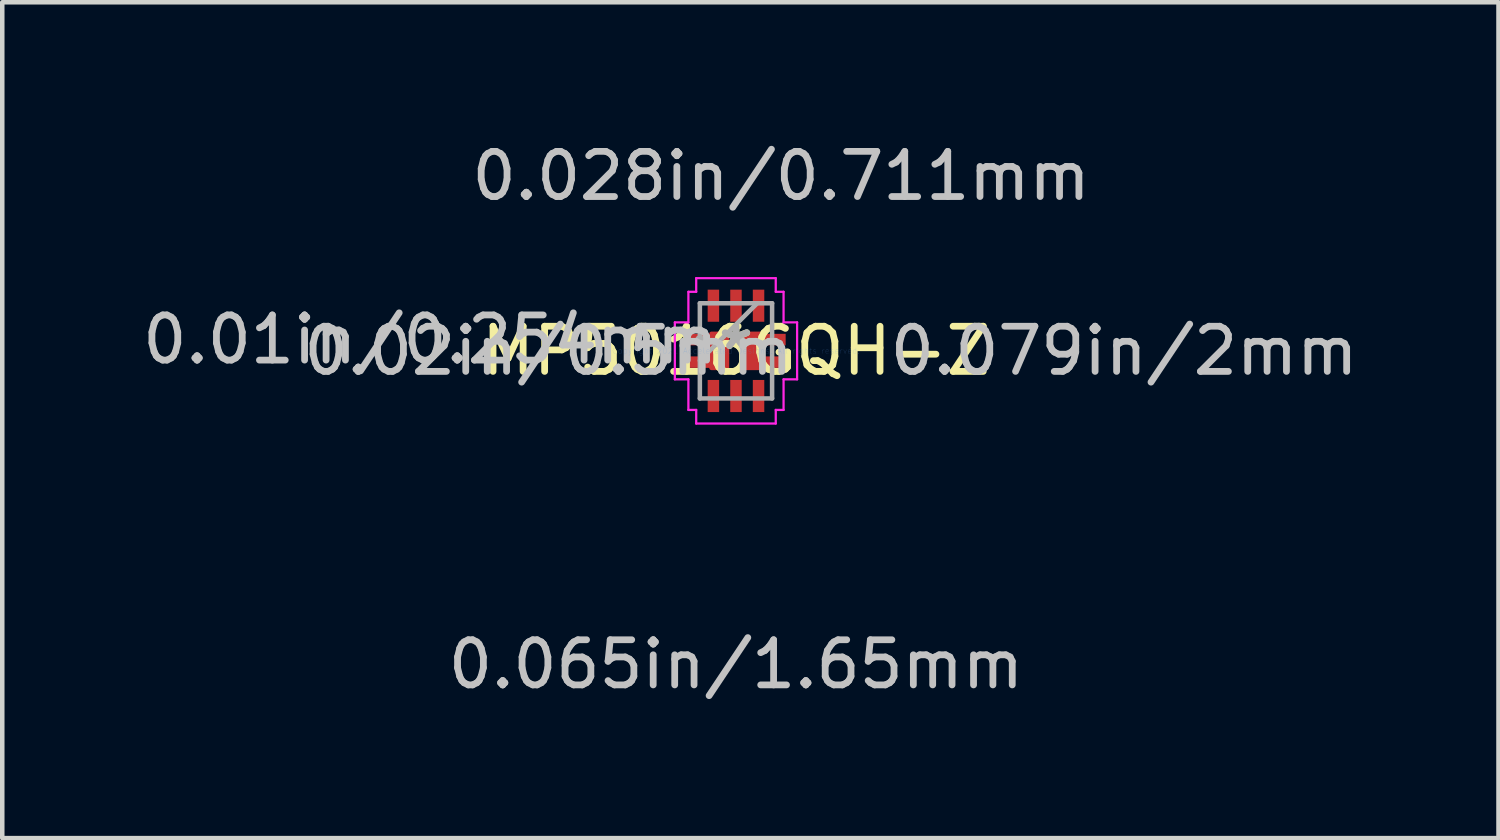
<source format=kicad_pcb>
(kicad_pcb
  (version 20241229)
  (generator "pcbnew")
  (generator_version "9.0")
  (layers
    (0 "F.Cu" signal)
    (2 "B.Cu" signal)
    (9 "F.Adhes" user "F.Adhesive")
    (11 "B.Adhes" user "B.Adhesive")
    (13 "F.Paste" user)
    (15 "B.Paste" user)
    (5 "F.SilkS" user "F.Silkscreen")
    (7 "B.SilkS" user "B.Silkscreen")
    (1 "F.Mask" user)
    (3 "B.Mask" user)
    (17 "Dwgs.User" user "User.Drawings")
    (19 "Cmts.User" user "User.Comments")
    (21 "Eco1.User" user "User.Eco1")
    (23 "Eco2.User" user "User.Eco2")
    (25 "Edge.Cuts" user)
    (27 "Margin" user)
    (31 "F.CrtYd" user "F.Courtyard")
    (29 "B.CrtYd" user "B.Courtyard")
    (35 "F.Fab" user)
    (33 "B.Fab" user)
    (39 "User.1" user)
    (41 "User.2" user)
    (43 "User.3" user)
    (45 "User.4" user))
  (footprint "MP5016GQH-Z"
    (layer "F.Cu")
    (at 13.251 4.721)
    (property "Reference" "MP5016GQH-Z" (at 0 0 0) (layer "F.SilkS") (effects (font (size 1 1) (thickness 0.15))))
    (attr through_hole)
    (fp_poly (pts (xy -0.542 -0.377) (xy -0.2 -0.377) (xy -0.2 0.377) (xy -0.542 0.377)) (stroke (width 0.1) (type solid)) (fill yes) (layer "F.Cu"))
    (fp_poly (pts (xy 0.542 0.377) (xy 0.2 0.377) (xy 0.2 -0.377) (xy 0.542 -0.377)) (stroke (width 0.1) (type solid)) (fill yes) (layer "F.Cu"))
    (fp_poly (pts (xy -0.542 -0.377) (xy -0.2 -0.377) (xy -0.2 0.377) (xy -0.542 0.377)) (stroke (width 0.1) (type solid)) (fill yes) (layer "F.Mask"))
    (fp_poly (pts (xy 0.542 0.377) (xy 0.2 0.377) (xy 0.2 -0.377) (xy 0.542 -0.377)) (stroke (width 0.1) (type solid)) (fill yes) (layer "F.Mask"))
    (fp_circle (center -1.608 -0.25) (end -1.608 -0.25) (stroke (width 0.1) (type solid)) (fill no) (layer "F.Paste"))
    (fp_poly (pts (xy -0.542 -0.377) (xy -0.2 -0.377) (xy -0.2 0.377) (xy -0.542 0.377)) (stroke (width 0.1) (type solid)) (fill yes) (layer "F.Paste"))
    (fp_poly (pts (xy 0.542 0.377) (xy 0.2 0.377) (xy 0.2 -0.377) (xy 0.542 -0.377)) (stroke (width 0.1) (type solid)) (fill yes) (layer "F.Paste"))
    (fp_line (start -1.354 -0.631) (end -1.354 0.631) (stroke (width 0.05) (type solid)) (layer "F.CrtYd"))
    (fp_line (start -1.354 0.631) (end -1.054 0.631) (stroke (width 0.05) (type solid)) (layer "F.CrtYd"))
    (fp_line (start -1.054 -1.308) (end -1.054 -0.631) (stroke (width 0.05) (type solid)) (layer "F.CrtYd"))
    (fp_line (start -1.054 -0.631) (end -1.354 -0.631) (stroke (width 0.05) (type solid)) (layer "F.CrtYd"))
    (fp_line (start -1.054 0.631) (end -1.054 1.308) (stroke (width 0.05) (type solid)) (layer "F.CrtYd"))
    (fp_line (start -1.054 1.308) (end -0.881 1.308) (stroke (width 0.05) (type solid)) (layer "F.CrtYd"))
    (fp_line (start -0.881 -1.61) (end -0.881 -1.308) (stroke (width 0.05) (type solid)) (layer "F.CrtYd"))
    (fp_line (start -0.881 -1.308) (end -1.054 -1.308) (stroke (width 0.05) (type solid)) (layer "F.CrtYd"))
    (fp_line (start -0.881 1.308) (end -0.881 1.61) (stroke (width 0.05) (type solid)) (layer "F.CrtYd"))
    (fp_line (start -0.881 1.61) (end 0.881 1.61) (stroke (width 0.05) (type solid)) (layer "F.CrtYd"))
    (fp_line (start 0.881 -1.61) (end -0.881 -1.61) (stroke (width 0.05) (type solid)) (layer "F.CrtYd"))
    (fp_line (start 0.881 -1.308) (end 0.881 -1.61) (stroke (width 0.05) (type solid)) (layer "F.CrtYd"))
    (fp_line (start 0.881 1.308) (end 1.054 1.308) (stroke (width 0.05) (type solid)) (layer "F.CrtYd"))
    (fp_line (start 0.881 1.61) (end 0.881 1.308) (stroke (width 0.05) (type solid)) (layer "F.CrtYd"))
    (fp_line (start 1.054 -1.308) (end 0.881 -1.308) (stroke (width 0.05) (type solid)) (layer "F.CrtYd"))
    (fp_line (start 1.054 -0.631) (end 1.054 -1.308) (stroke (width 0.05) (type solid)) (layer "F.CrtYd"))
    (fp_line (start 1.054 0.631) (end 1.354 0.631) (stroke (width 0.05) (type solid)) (layer "F.CrtYd"))
    (fp_line (start 1.054 1.308) (end 1.054 0.631) (stroke (width 0.05) (type solid)) (layer "F.CrtYd"))
    (fp_line (start 1.354 -0.631) (end 1.054 -0.631) (stroke (width 0.05) (type solid)) (layer "F.CrtYd"))
    (fp_line (start 1.354 0.631) (end 1.354 -0.631) (stroke (width 0.05) (type solid)) (layer "F.CrtYd"))
    (fp_line (start -0.8 -1.054) (end -0.8 1.054) (stroke (width 0.1) (type solid)) (layer "F.Fab"))
    (fp_line (start -0.8 0.216) (end 0.47 -1.054) (stroke (width 0.1) (type solid)) (layer "F.Fab"))
    (fp_line (start -0.8 1.054) (end 0.8 1.054) (stroke (width 0.1) (type solid)) (layer "F.Fab"))
    (fp_line (start 0.8 -1.054) (end -0.8 -1.054) (stroke (width 0.1) (type solid)) (layer "F.Fab"))
    (fp_line (start 0.8 1.054) (end 0.8 -1.054) (stroke (width 0.1) (type solid)) (layer "F.Fab"))
    (fp_circle (center -0.8 -0.25) (end -0.8 -0.25) (stroke (width 0.1) (type solid)) (fill no) (layer "F.Fab"))
    (fp_text user "*" (at 0 0 0) (layer "F.SilkS") (effects (font (size 1 1) (thickness 0.15))))
    (fp_text user "0.079in/2mm" (at 8.597 0 0) (layer "Dwgs.User") (effects (font (size 1 1) (thickness 0.15))))
    (fp_text user "0.065in/1.65mm" (at 0 6.944 0) (layer "Dwgs.User") (effects (font (size 1 1) (thickness 0.15))))
    (fp_text user "0.02in/0.5mm" (at -4.152 0 0) (layer "Dwgs.User") (effects (font (size 1 1) (thickness 0.15))))
    (fp_text user "0.01in/0.254mm" (at -6.769 -0.25 0) (layer "Dwgs.User") (effects (font (size 1 1) (thickness 0.15))))
    (fp_text user "0.028in/0.711mm" (at 1 -3.873 0) (layer "Dwgs.User") (effects (font (size 1 1) (thickness 0.15))))
    (fp_text user "Copyright 2021 Accelerated Designs. All rights reserved." (at 0 0 0) (layer "Cmts.User") (effects (font (size 0.127 0.127) (thickness 0.002))))
    (fp_text user "*" (at 0 0 0) (layer "F.Fab") (effects (font (size 1 1) (thickness 0.15))))
    (pad "1" smd rect (at -0.821 -0.25) (size 0.559 0.254) (layers "F.Cu" "F.Mask" "F.Paste"))
    (pad "2" smd rect (at -0.821 0.25) (size 0.559 0.254) (layers "F.Cu" "F.Mask" "F.Paste"))
    (pad "3" smd rect (at -0.5 1 90) (size 0.711 0.254) (layers "F.Cu" "F.Mask" "F.Paste"))
    (pad "4" smd rect (at 0 1 90) (size 0.711 0.254) (layers "F.Cu" "F.Mask" "F.Paste"))
    (pad "5" smd rect (at 0.5 1 90) (size 0.711 0.254) (layers "F.Cu" "F.Mask" "F.Paste"))
    (pad "6" smd rect (at 0.821 0.25) (size 0.559 0.254) (layers "F.Cu" "F.Mask" "F.Paste"))
    (pad "7" smd rect (at 0.821 -0.25) (size 0.559 0.254) (layers "F.Cu" "F.Mask" "F.Paste"))
    (pad "8" smd rect (at 0.5 -1 90) (size 0.711 0.254) (layers "F.Cu" "F.Mask" "F.Paste"))
    (pad "9" smd rect (at 0 -1 90) (size 0.711 0.254) (layers "F.Cu" "F.Mask" "F.Paste"))
    (pad "10" smd rect (at -0.5 -1 90) (size 0.711 0.254) (layers "F.Cu" "F.Mask" "F.Paste")))
  (gr_rect
    (start -3 -3)
    (end 30.14 15.513)
    (stroke (width 0.1) (type default))
    (fill no)
    (layer "Edge.Cuts")))
</source>
